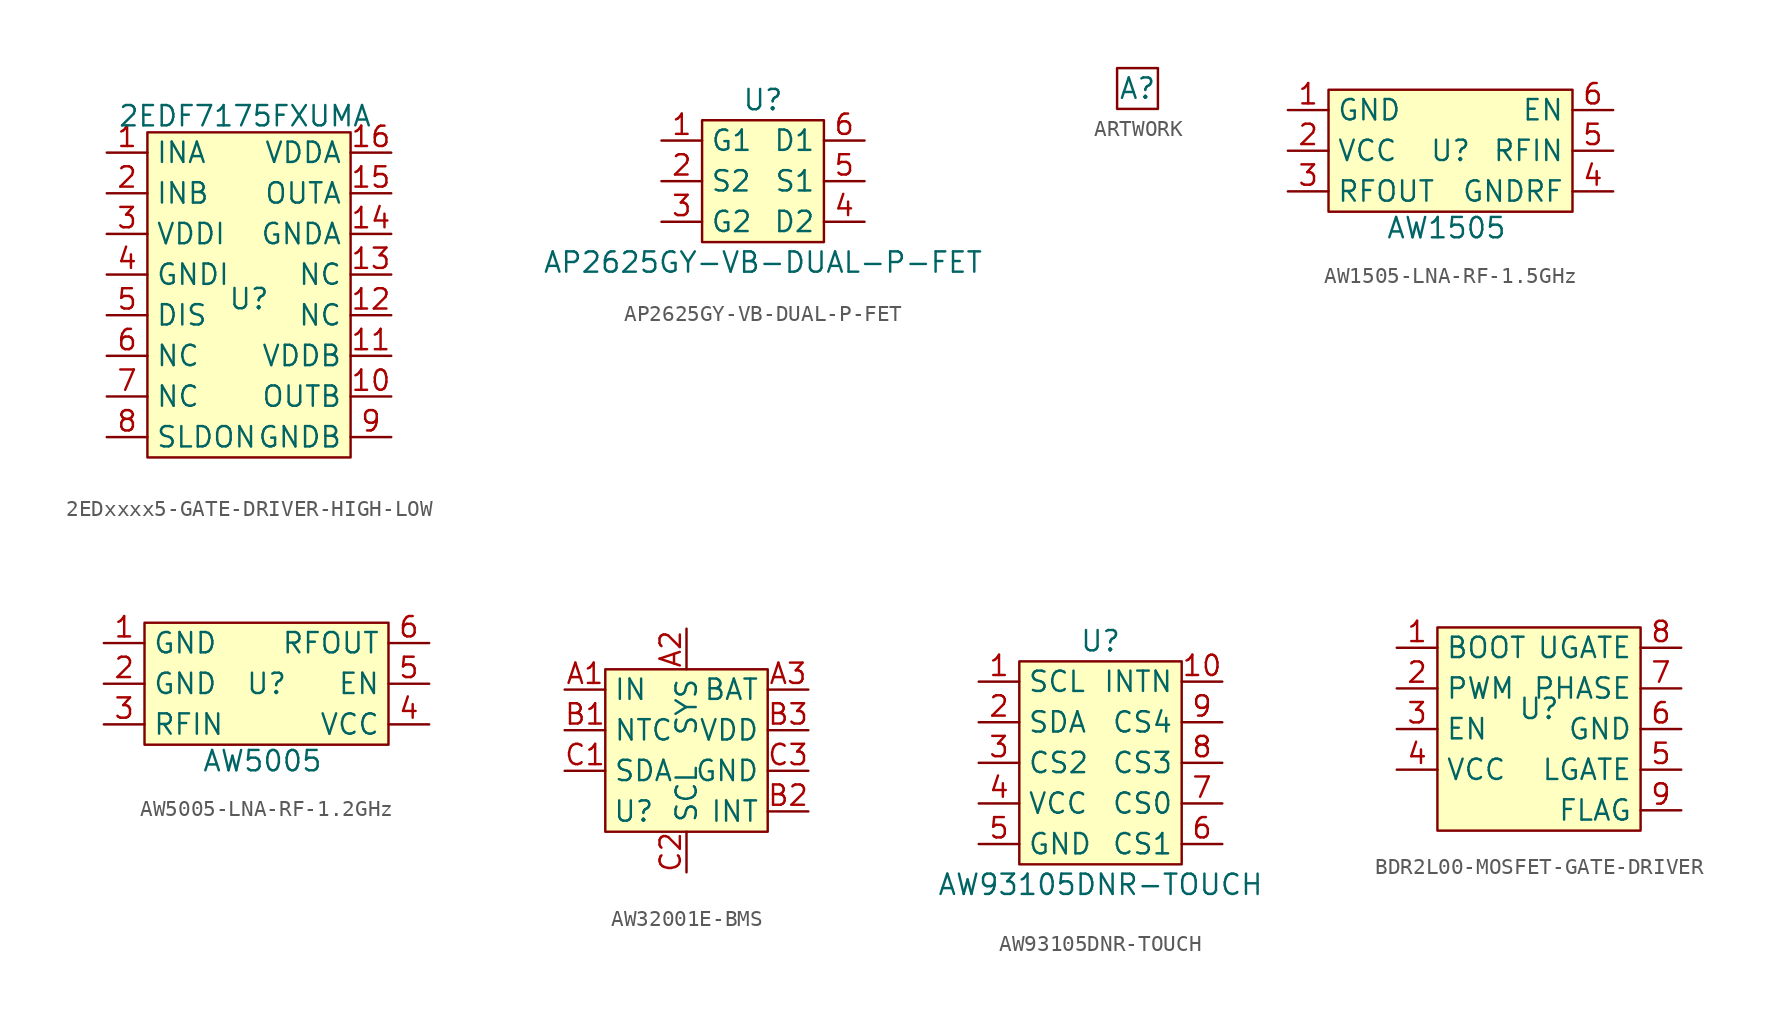
<source format=kicad_sym>
(kicad_symbol_lib
  (version 20241209)
  (generator "kicad_symbol_editor")
  (generator_version "9.0")
  (symbol "2EDxxxx5-GATE-DRIVER-HIGH-LOW"
    (property "Reference" "U"
      (at 0 -0.254 0)
      (effects (font (size 1.27 1.27))))
    (property "Value" "2EDF7175FXUMA"
      (at -0.254 11.176 0)
      (effects (font (size 1.27 1.27))))
    (symbol "2EDxxxx5-GATE-DRIVER-HIGH-LOW_1_1"
      (rectangle (start -6.35 10.16) (end 6.35 -10.16) (stroke (width 0) (type default)) (fill (type background)))
      (pin passive line (at -8.89 8.89 0) (length 2.54) (name "INA" (effects (font (size 1.27 1.27)))) (number "1" (effects (font (size 1.27 1.27)))))
      (pin passive line (at -8.89 6.35 0) (length 2.54) (name "INB" (effects (font (size 1.27 1.27)))) (number "2" (effects (font (size 1.27 1.27)))))
      (pin passive line (at -8.89 3.81 0) (length 2.54) (name "VDDI" (effects (font (size 1.27 1.27)))) (number "3" (effects (font (size 1.27 1.27)))))
      (pin passive line (at -8.89 1.27 0) (length 2.54) (name "GNDI" (effects (font (size 1.27 1.27)))) (number "4" (effects (font (size 1.27 1.27)))))
      (pin passive line (at -8.89 -1.27 0) (length 2.54) (name "DIS" (effects (font (size 1.27 1.27)))) (number "5" (effects (font (size 1.27 1.27)))))
      (pin passive line (at -8.89 -3.81 0) (length 2.54) (name "NC" (effects (font (size 1.27 1.27)))) (number "6" (effects (font (size 1.27 1.27)))))
      (pin passive line (at -8.89 -6.35 0) (length 2.54) (name "NC" (effects (font (size 1.27 1.27)))) (number "7" (effects (font (size 1.27 1.27)))))
      (pin passive line (at -8.89 -8.89 0) (length 2.54) (name "SLDON" (effects (font (size 1.27 1.27)))) (number "8" (effects (font (size 1.27 1.27)))))
      (pin passive line (at 8.89 8.89 180) (length 2.54) (name "VDDA" (effects (font (size 1.27 1.27)))) (number "16" (effects (font (size 1.27 1.27)))))
      (pin passive line (at 8.89 6.35 180) (length 2.54) (name "OUTA" (effects (font (size 1.27 1.27)))) (number "15" (effects (font (size 1.27 1.27)))))
      (pin passive line (at 8.89 3.81 180) (length 2.54) (name "GNDA" (effects (font (size 1.27 1.27)))) (number "14" (effects (font (size 1.27 1.27)))))
      (pin passive line (at 8.89 1.27 180) (length 2.54) (name "NC" (effects (font (size 1.27 1.27)))) (number "13" (effects (font (size 1.27 1.27)))))
      (pin passive line (at 8.89 -1.27 180) (length 2.54) (name "NC" (effects (font (size 1.27 1.27)))) (number "12" (effects (font (size 1.27 1.27)))))
      (pin passive line (at 8.89 -3.81 180) (length 2.54) (name "VDDB" (effects (font (size 1.27 1.27)))) (number "11" (effects (font (size 1.27 1.27)))))
      (pin passive line (at 8.89 -6.35 180) (length 2.54) (name "OUTB" (effects (font (size 1.27 1.27)))) (number "10" (effects (font (size 1.27 1.27)))))
      (pin passive line (at 8.89 -8.89 180) (length 2.54) (name "GNDB" (effects (font (size 1.27 1.27)))) (number "9" (effects (font (size 1.27 1.27)))))))
  (symbol "AP2625GY-VB-DUAL-P-FET"
    (property "Reference" "U"
      (at 0 5.08 0)
      (effects (font (size 1.27 1.27))))
    (property "Value" "AP2625GY-VB-DUAL-P-FET"
      (at 0 -5.08 0)
      (effects (font (size 1.27 1.27))))
    (symbol "AP2625GY-VB-DUAL-P-FET_1_1"
      (rectangle (start -3.81 3.81) (end 3.81 -3.81) (stroke (width 0) (type default)) (fill (type background)))
      (pin bidirectional line (at -6.35 2.54 0) (length 2.54) (name "G1" (effects (font (size 1.27 1.27)))) (number "1" (effects (font (size 1.27 1.27)))))
      (pin bidirectional line (at -6.35 0 0) (length 2.54) (name "S2" (effects (font (size 1.27 1.27)))) (number "2" (effects (font (size 1.27 1.27)))))
      (pin bidirectional line (at -6.35 -2.54 0) (length 2.54) (name "G2" (effects (font (size 1.27 1.27)))) (number "3" (effects (font (size 1.27 1.27)))))
      (pin bidirectional line (at 6.35 2.54 180) (length 2.54) (name "D1" (effects (font (size 1.27 1.27)))) (number "6" (effects (font (size 1.27 1.27)))))
      (pin bidirectional line (at 6.35 0 180) (length 2.54) (name "S1" (effects (font (size 1.27 1.27)))) (number "5" (effects (font (size 1.27 1.27)))))
      (pin bidirectional line (at 6.35 -2.54 180) (length 2.54) (name "D2" (effects (font (size 1.27 1.27)))) (number "4" (effects (font (size 1.27 1.27)))))))
  (symbol "ARTWORK"
    (property "Reference" "A"
      (at 0 0 0)
      (effects (font (size 1.27 1.27))))
    (property "Value" ""
      (at 0 0 0)
      (effects (font (size 1.27 1.27))))
    (symbol "ARTWORK_0_1"
      (rectangle (start -1.27 1.27) (end 1.27 -1.27) (stroke (width 0) (type default)) (fill (type none)))))
  (symbol "AW1505-LNA-RF-1.5GHz"
    (property "Reference" "U"
      (at 0 0 0)
      (effects (font (size 1.27 1.27))))
    (property "Value" "AW1505"
      (at -0.254 -4.826 0)
      (effects (font (size 1.27 1.27))))
    (symbol "AW1505-LNA-RF-1.5GHz_1_1"
      (rectangle (start -7.62 3.81) (end 7.62 -3.81) (stroke (width 0) (type default)) (fill (type background)))
      (pin bidirectional line (at -10.16 2.54 0) (length 2.54) (name "GND" (effects (font (size 1.27 1.27)))) (number "1" (effects (font (size 1.27 1.27)))))
      (pin bidirectional line (at -10.16 0 0) (length 2.54) (name "VCC" (effects (font (size 1.27 1.27)))) (number "2" (effects (font (size 1.27 1.27)))))
      (pin bidirectional line (at -10.16 -2.54 0) (length 2.54) (name "RFOUT" (effects (font (size 1.27 1.27)))) (number "3" (effects (font (size 1.27 1.27)))))
      (pin bidirectional line (at 10.16 2.54 180) (length 2.54) (name "EN" (effects (font (size 1.27 1.27)))) (number "6" (effects (font (size 1.27 1.27)))))
      (pin bidirectional line (at 10.16 0 180) (length 2.54) (name "RFIN" (effects (font (size 1.27 1.27)))) (number "5" (effects (font (size 1.27 1.27)))))
      (pin bidirectional line (at 10.16 -2.54 180) (length 2.54) (name "GNDRF" (effects (font (size 1.27 1.27)))) (number "4" (effects (font (size 1.27 1.27)))))))
  (symbol "AW5005-LNA-RF-1.2GHz"
    (property "Reference" "U"
      (at 0 0 0)
      (effects (font (size 1.27 1.27))))
    (property "Value" "AW5005"
      (at -0.254 -4.826 0)
      (effects (font (size 1.27 1.27))))
    (symbol "AW5005-LNA-RF-1.2GHz_1_1"
      (rectangle (start -7.62 3.81) (end 7.62 -3.81) (stroke (width 0) (type default)) (fill (type background)))
      (pin bidirectional line (at -10.16 2.54 0) (length 2.54) (name "GND" (effects (font (size 1.27 1.27)))) (number "1" (effects (font (size 1.27 1.27)))))
      (pin bidirectional line (at -10.16 0 0) (length 2.54) (name "GND" (effects (font (size 1.27 1.27)))) (number "2" (effects (font (size 1.27 1.27)))))
      (pin bidirectional line (at -10.16 -2.54 0) (length 2.54) (name "RFIN" (effects (font (size 1.27 1.27)))) (number "3" (effects (font (size 1.27 1.27)))))
      (pin bidirectional line (at 10.16 2.54 180) (length 2.54) (name "RFOUT" (effects (font (size 1.27 1.27)))) (number "6" (effects (font (size 1.27 1.27)))))
      (pin bidirectional line (at 10.16 0 180) (length 2.54) (name "EN" (effects (font (size 1.27 1.27)))) (number "5" (effects (font (size 1.27 1.27)))))
      (pin bidirectional line (at 10.16 -2.54 180) (length 2.54) (name "VCC" (effects (font (size 1.27 1.27)))) (number "4" (effects (font (size 1.27 1.27)))))))
  (symbol "AW32001E-BMS"
    (property "Reference" "U"
      (at -3.302 -5.08 0)
      (effects (font (size 1.27 1.27))))
    (property "Value" ""
      (at 0 0 0)
      (effects (font (size 1.27 1.27))))
    (symbol "AW32001E-BMS_1_1"
      (rectangle (start -5.08 3.81) (end 5.08 -6.35) (stroke (width 0) (type default)) (fill (type background)))
      (pin bidirectional line (at -7.62 2.54 0) (length 2.54) (name "IN" (effects (font (size 1.27 1.27)))) (number "A1" (effects (font (size 1.27 1.27)))))
      (pin bidirectional line (at -7.62 0 0) (length 2.54) (name "NTC" (effects (font (size 1.27 1.27)))) (number "B1" (effects (font (size 1.27 1.27)))))
      (pin bidirectional line (at -7.62 -2.54 0) (length 2.54) (name "SDA" (effects (font (size 1.27 1.27)))) (number "C1" (effects (font (size 1.27 1.27)))))
      (pin bidirectional line (at 0 6.35 270) (length 2.54) (name "SYS" (effects (font (size 1.27 1.27)))) (number "A2" (effects (font (size 1.27 1.27)))))
      (pin bidirectional line (at 0 -8.89 90) (length 2.54) (name "SCL" (effects (font (size 1.27 1.27)))) (number "C2" (effects (font (size 1.27 1.27)))))
      (pin bidirectional line (at 7.62 2.54 180) (length 2.54) (name "BAT" (effects (font (size 1.27 1.27)))) (number "A3" (effects (font (size 1.27 1.27)))))
      (pin bidirectional line (at 7.62 0 180) (length 2.54) (name "VDD" (effects (font (size 1.27 1.27)))) (number "B3" (effects (font (size 1.27 1.27)))))
      (pin bidirectional line (at 7.62 -2.54 180) (length 2.54) (name "GND" (effects (font (size 1.27 1.27)))) (number "C3" (effects (font (size 1.27 1.27)))))
      (pin bidirectional line (at 7.62 -5.08 180) (length 2.54) (name "INT" (effects (font (size 1.27 1.27)))) (number "B2" (effects (font (size 1.27 1.27)))))))
  (symbol "AW93105DNR-TOUCH"
    (property "Reference" "U"
      (at 0 7.62 0)
      (effects (font (size 1.27 1.27))))
    (property "Value" "AW93105DNR-TOUCH"
      (at 0 -7.62 0)
      (effects (font (size 1.27 1.27))))
    (symbol "AW93105DNR-TOUCH_0_1"
      (rectangle (start -5.08 6.35) (end 5.08 -6.35) (stroke (width 0) (type default)) (fill (type background))))
    (symbol "AW93105DNR-TOUCH_1_1"
      (pin bidirectional line (at -7.62 5.08 0) (length 2.54) (name "SCL" (effects (font (size 1.27 1.27)))) (number "1" (effects (font (size 1.27 1.27)))))
      (pin bidirectional line (at -7.62 2.54 0) (length 2.54) (name "SDA" (effects (font (size 1.27 1.27)))) (number "2" (effects (font (size 1.27 1.27)))))
      (pin bidirectional line (at -7.62 0 0) (length 2.54) (name "CS2" (effects (font (size 1.27 1.27)))) (number "3" (effects (font (size 1.27 1.27)))))
      (pin bidirectional line (at -7.62 -2.54 0) (length 2.54) (name "VCC" (effects (font (size 1.27 1.27)))) (number "4" (effects (font (size 1.27 1.27)))))
      (pin bidirectional line (at -7.62 -5.08 0) (length 2.54) (name "GND" (effects (font (size 1.27 1.27)))) (number "5" (effects (font (size 1.27 1.27)))))
      (pin bidirectional line (at 7.62 5.08 180) (length 2.54) (name "INTN" (effects (font (size 1.27 1.27)))) (number "10" (effects (font (size 1.27 1.27)))))
      (pin bidirectional line (at 7.62 2.54 180) (length 2.54) (name "CS4" (effects (font (size 1.27 1.27)))) (number "9" (effects (font (size 1.27 1.27)))))
      (pin bidirectional line (at 7.62 0 180) (length 2.54) (name "CS3" (effects (font (size 1.27 1.27)))) (number "8" (effects (font (size 1.27 1.27)))))
      (pin bidirectional line (at 7.62 -2.54 180) (length 2.54) (name "CS0" (effects (font (size 1.27 1.27)))) (number "7" (effects (font (size 1.27 1.27)))))
      (pin bidirectional line (at 7.62 -5.08 180) (length 2.54) (name "CS1" (effects (font (size 1.27 1.27)))) (number "6" (effects (font (size 1.27 1.27)))))))
  (symbol "BDR2L00-MOSFET-GATE-DRIVER"
    (property "Reference" "U"
      (at 0 0 0)
      (effects (font (size 1.27 1.27))))
    (property "Value" ""
      (at 0 0 0)
      (effects (font (size 1.27 1.27))))
    (symbol "BDR2L00-MOSFET-GATE-DRIVER_1_1"
      (rectangle (start -6.35 5.08) (end 6.35 -7.62) (stroke (width 0) (type default)) (fill (type background)))
      (pin bidirectional line (at -8.89 3.81 0) (length 2.54) (name "BOOT" (effects (font (size 1.27 1.27)))) (number "1" (effects (font (size 1.27 1.27)))))
      (pin bidirectional line (at -8.89 1.27 0) (length 2.54) (name "PWM" (effects (font (size 1.27 1.27)))) (number "2" (effects (font (size 1.27 1.27)))))
      (pin bidirectional line (at -8.89 -1.27 0) (length 2.54) (name "EN" (effects (font (size 1.27 1.27)))) (number "3" (effects (font (size 1.27 1.27)))))
      (pin bidirectional line (at -8.89 -3.81 0) (length 2.54) (name "VCC" (effects (font (size 1.27 1.27)))) (number "4" (effects (font (size 1.27 1.27)))))
      (pin bidirectional line (at 8.89 3.81 180) (length 2.54) (name "UGATE" (effects (font (size 1.27 1.27)))) (number "8" (effects (font (size 1.27 1.27)))))
      (pin bidirectional line (at 8.89 1.27 180) (length 2.54) (name "PHASE" (effects (font (size 1.27 1.27)))) (number "7" (effects (font (size 1.27 1.27)))))
      (pin bidirectional line (at 8.89 -1.27 180) (length 2.54) (name "GND" (effects (font (size 1.27 1.27)))) (number "6" (effects (font (size 1.27 1.27)))))
      (pin bidirectional line (at 8.89 -3.81 180) (length 2.54) (name "LGATE" (effects (font (size 1.27 1.27)))) (number "5" (effects (font (size 1.27 1.27)))))
      (pin bidirectional line (at 8.89 -6.35 180) (length 2.54) (name "FLAG" (effects (font (size 1.27 1.27)))) (number "9" (effects (font (size 1.27 1.27))))))))
</source>
